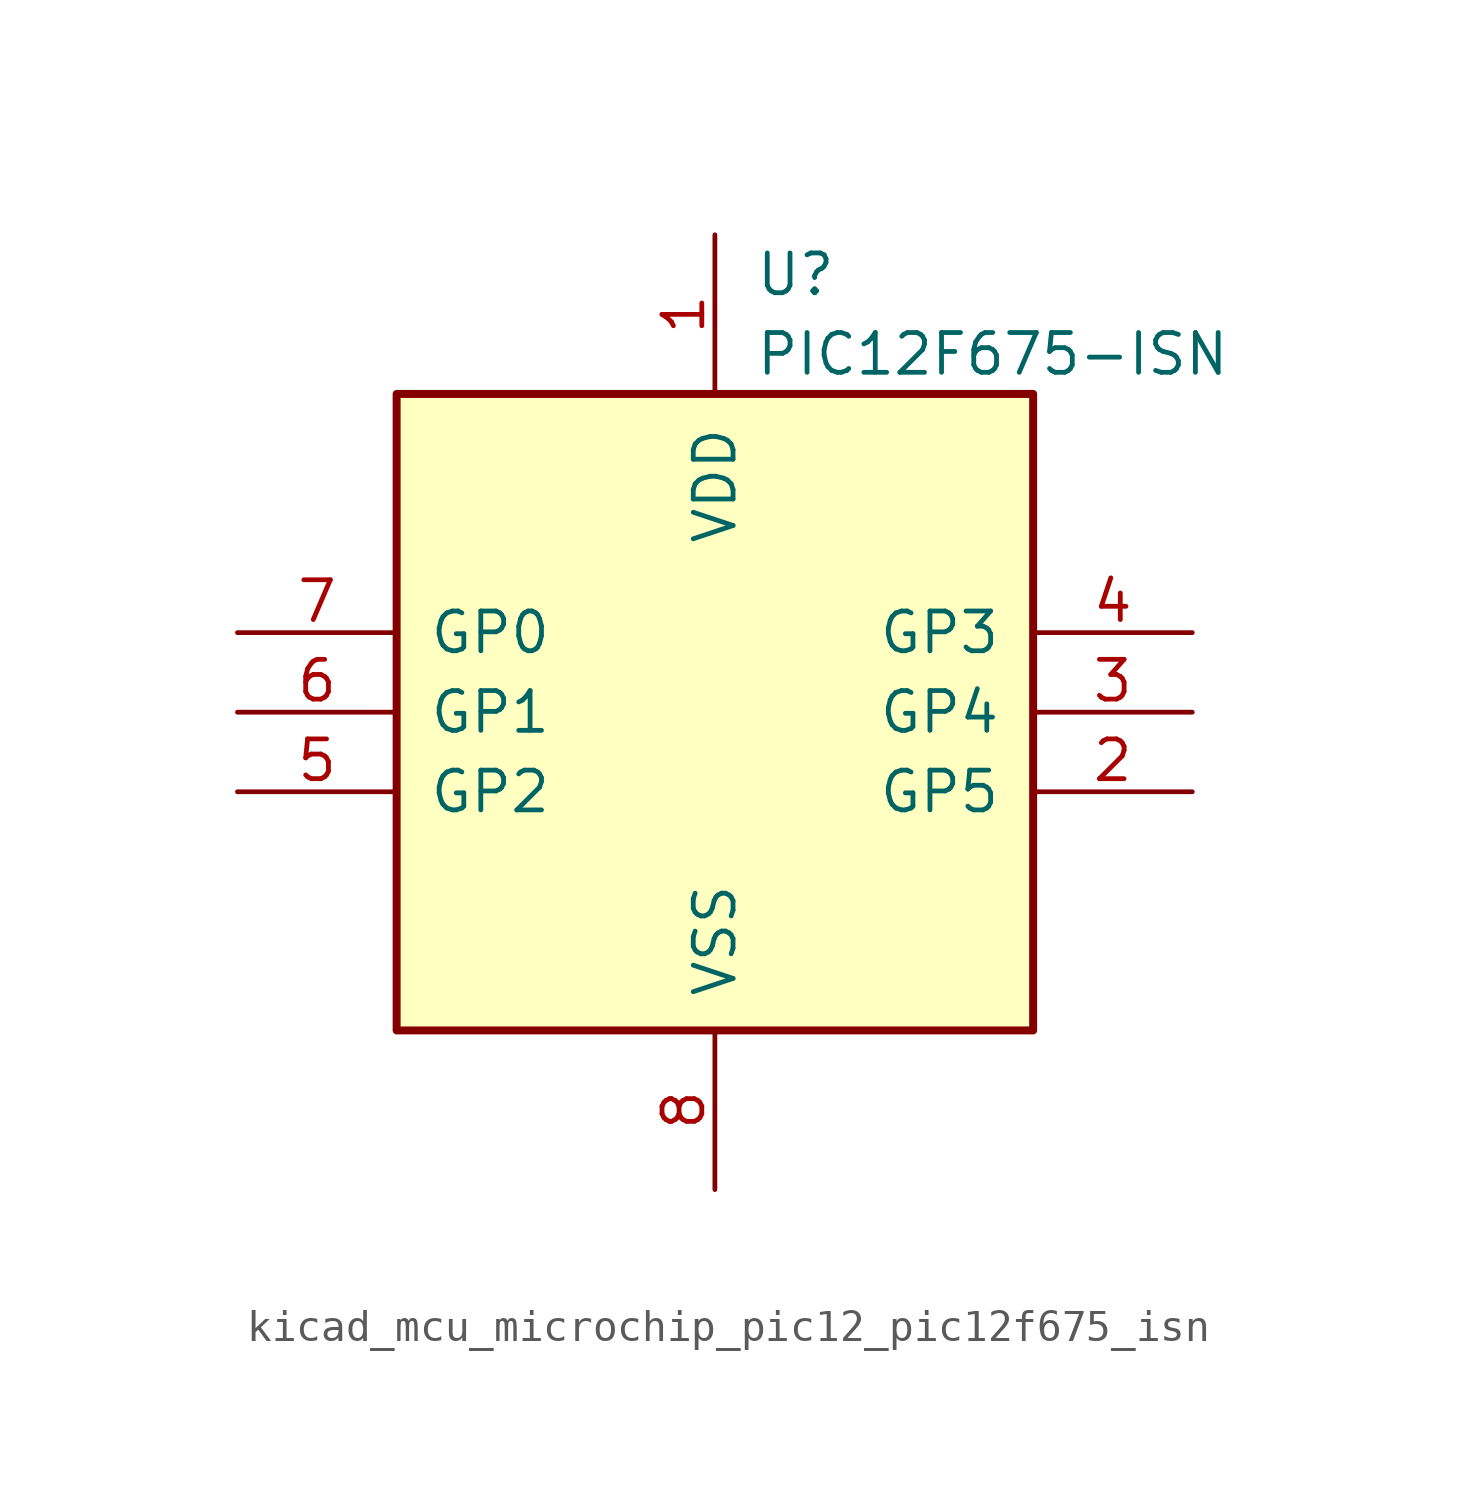
<source format=kicad_sym>
(kicad_symbol_lib
  (version 20220914)
  (generator kicad_symbol_editor)
  (symbol "kicad_mcu_microchip_pic12_pic12f675_isn"
    (pin_names
      (offset 1.016))
    (property "Reference" "U"
      (at 1.27 13.97 0)
      (effects (font (size 1.27 1.27)) (justify left)))
    (property "Value" "PIC12F675-ISN"
      (at 1.27 11.43 0)
      (effects (font (size 1.27 1.27)) (justify left)))
    (symbol "kicad_mcu_microchip_pic12_pic12f675_isn_0_1"
      (rectangle (start 10.16 -10.16) (end -10.16 10.16) (stroke (width 0.254) (type default)) (fill (type background))))
    (symbol "kicad_mcu_microchip_pic12_pic12f675_isn_1_1"
      (pin power_in line (at 0 15.24 270) (length 5.08) (name "VDD" (effects (font (size 1.27 1.27)))) (number "1" (effects (font (size 1.27 1.27)))))
      (pin bidirectional line (at 15.24 -2.54 180) (length 5.08) (name "GP5" (effects (font (size 1.27 1.27)))) (number "2" (effects (font (size 1.27 1.27)))))
      (pin bidirectional line (at 15.24 0 180) (length 5.08) (name "GP4" (effects (font (size 1.27 1.27)))) (number "3" (effects (font (size 1.27 1.27)))))
      (pin input line (at 15.24 2.54 180) (length 5.08) (name "GP3" (effects (font (size 1.27 1.27)))) (number "4" (effects (font (size 1.27 1.27)))))
      (pin bidirectional line (at -15.24 -2.54 0) (length 5.08) (name "GP2" (effects (font (size 1.27 1.27)))) (number "5" (effects (font (size 1.27 1.27)))))
      (pin bidirectional line (at -15.24 0 0) (length 5.08) (name "GP1" (effects (font (size 1.27 1.27)))) (number "6" (effects (font (size 1.27 1.27)))))
      (pin bidirectional line (at -15.24 2.54 0) (length 5.08) (name "GP0" (effects (font (size 1.27 1.27)))) (number "7" (effects (font (size 1.27 1.27)))))
      (pin power_in line (at 0 -15.24 90) (length 5.08) (name "VSS" (effects (font (size 1.27 1.27)))) (number "8" (effects (font (size 1.27 1.27))))))))
</source>
